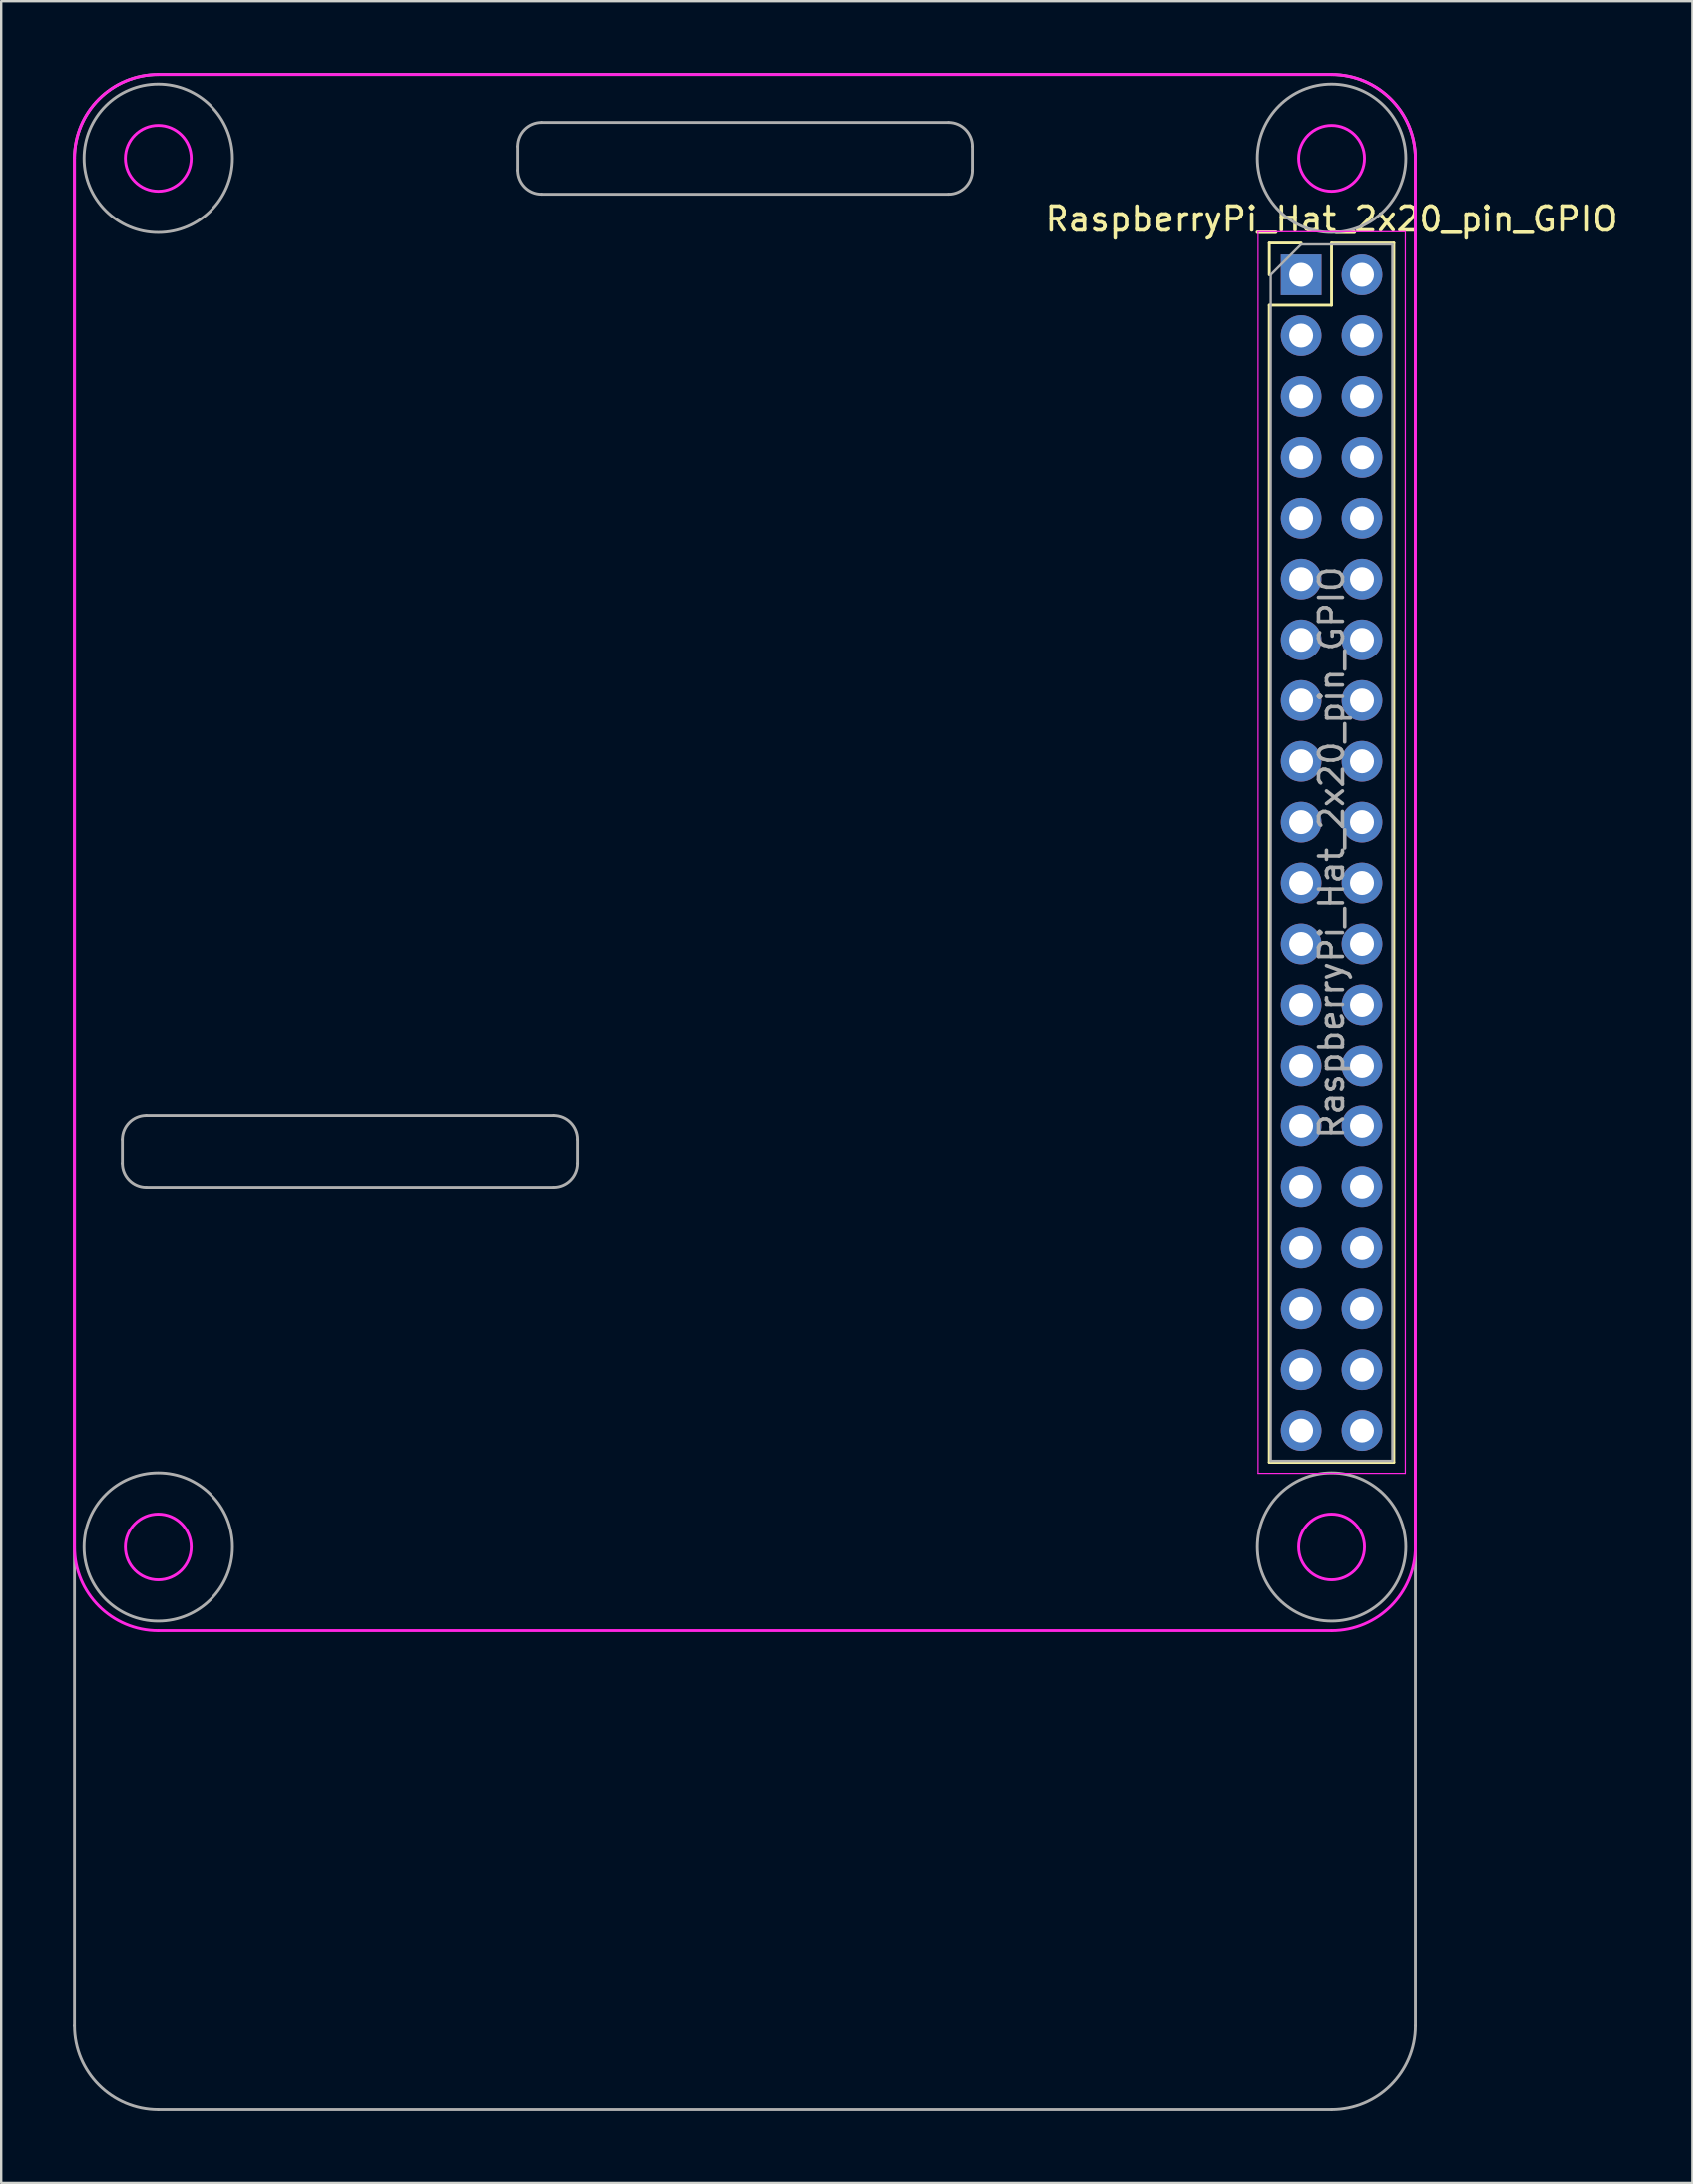
<source format=kicad_pcb>
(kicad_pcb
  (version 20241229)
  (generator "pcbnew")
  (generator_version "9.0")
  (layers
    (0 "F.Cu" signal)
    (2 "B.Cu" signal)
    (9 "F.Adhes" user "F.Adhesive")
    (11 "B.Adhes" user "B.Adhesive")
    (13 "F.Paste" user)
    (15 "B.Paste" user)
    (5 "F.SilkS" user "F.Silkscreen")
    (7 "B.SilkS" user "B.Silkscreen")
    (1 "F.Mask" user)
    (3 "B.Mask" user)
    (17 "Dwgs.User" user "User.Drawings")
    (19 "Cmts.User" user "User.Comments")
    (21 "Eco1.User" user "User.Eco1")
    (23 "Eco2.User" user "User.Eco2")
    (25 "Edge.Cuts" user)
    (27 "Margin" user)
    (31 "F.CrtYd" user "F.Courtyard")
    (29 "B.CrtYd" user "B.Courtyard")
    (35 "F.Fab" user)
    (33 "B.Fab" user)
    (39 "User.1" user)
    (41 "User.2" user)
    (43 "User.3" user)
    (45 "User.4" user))
  (footprint "RaspberryPi_Hat_2x20_pin_GPIO"
    (layer "F.Cu")
    (at 51.368 8.442)
    (property "Reference" "RaspberryPi_Hat_2x20_pin_GPIO" (at 1.192 -2.342 0) (layer "F.SilkS") (effects (font (size 1 1) (thickness 0.15))))
    (attr through_hole)
    (fp_line (start -1.408 -1.342) (end -0.078 -1.342) (stroke (width 0.12) (type solid)) (layer "F.SilkS"))
    (fp_line (start -1.408 -0.012) (end -1.408 -1.342) (stroke (width 0.12) (type solid)) (layer "F.SilkS"))
    (fp_line (start -1.408 1.258) (end -1.408 49.578) (stroke (width 0.12) (type solid)) (layer "F.SilkS"))
    (fp_line (start -1.408 1.258) (end 1.192 1.258) (stroke (width 0.12) (type solid)) (layer "F.SilkS"))
    (fp_line (start -1.408 49.578) (end 3.792 49.578) (stroke (width 0.12) (type solid)) (layer "F.SilkS"))
    (fp_line (start 1.192 -1.342) (end 3.792 -1.342) (stroke (width 0.12) (type solid)) (layer "F.SilkS"))
    (fp_line (start 1.192 1.258) (end 1.192 -1.342) (stroke (width 0.12) (type solid)) (layer "F.SilkS"))
    (fp_line (start 3.792 -1.342) (end 3.792 49.578) (stroke (width 0.12) (type solid)) (layer "F.SilkS"))
    (fp_line (start -51.308 -4.882) (end -51.308 53.118) (stroke (width 0.12) (type solid)) (layer "F.CrtYd"))
    (fp_line (start -47.808 56.618) (end 1.192 56.618) (stroke (width 0.12) (type solid)) (layer "F.CrtYd"))
    (fp_line (start -1.878 -1.812) (end -1.878 50.038) (stroke (width 0.05) (type solid)) (layer "F.CrtYd"))
    (fp_line (start -1.878 50.038) (end 4.272 50.038) (stroke (width 0.05) (type solid)) (layer "F.CrtYd"))
    (fp_line (start 1.192 -8.382) (end -47.808 -8.382) (stroke (width 0.12) (type solid)) (layer "F.CrtYd"))
    (fp_line (start 4.272 -1.812) (end -1.878 -1.812) (stroke (width 0.05) (type solid)) (layer "F.CrtYd"))
    (fp_line (start 4.272 50.038) (end 4.272 -1.812) (stroke (width 0.05) (type solid)) (layer "F.CrtYd"))
    (fp_line (start 4.692 53.118) (end 4.692 -4.882) (stroke (width 0.12) (type solid)) (layer "F.CrtYd"))
    (fp_arc (start -51.308 -4.882) (mid -50.282874 -7.356874) (end -47.808 -8.382) (stroke (width 0.12) (type solid)) (layer "F.CrtYd"))
    (fp_arc (start -47.808 56.618) (mid -50.282874 55.592874) (end -51.308 53.118) (stroke (width 0.12) (type solid)) (layer "F.CrtYd"))
    (fp_arc (start 1.192 -8.382) (mid 3.666874 -7.356874) (end 4.692 -4.882) (stroke (width 0.12) (type solid)) (layer "F.CrtYd"))
    (fp_arc (start 4.692 53.118) (mid 3.666874 55.592874) (end 1.192 56.618) (stroke (width 0.12) (type solid)) (layer "F.CrtYd"))
    (fp_circle (center -47.808 -4.882) (end -46.433 -4.907) (stroke (width 0.12) (type solid)) (fill no) (layer "F.CrtYd"))
    (fp_circle (center -47.808 53.118) (end -46.433 53.093) (stroke (width 0.12) (type solid)) (fill no) (layer "F.CrtYd"))
    (fp_circle (center 1.192 -4.882) (end 2.567 -4.907) (stroke (width 0.12) (type solid)) (fill no) (layer "F.CrtYd"))
    (fp_circle (center 1.192 53.118) (end 2.567 53.093) (stroke (width 0.12) (type solid)) (fill no) (layer "F.CrtYd"))
    (fp_line (start -51.308 73.118) (end -51.308 -4.882) (stroke (width 0.12) (type solid)) (layer "F.Fab"))
    (fp_line (start -49.308 36.118) (end -49.308 37.118) (stroke (width 0.12) (type solid)) (layer "F.Fab"))
    (fp_line (start -48.308 38.118) (end -31.308 38.118) (stroke (width 0.12) (type solid)) (layer "F.Fab"))
    (fp_line (start -32.808 -5.382) (end -32.808 -4.382) (stroke (width 0.12) (type solid)) (layer "F.Fab"))
    (fp_line (start -31.808 -3.382) (end -14.808 -3.382) (stroke (width 0.12) (type solid)) (layer "F.Fab"))
    (fp_line (start -31.308 35.118) (end -48.308 35.118) (stroke (width 0.12) (type solid)) (layer "F.Fab"))
    (fp_line (start -30.308 37.118) (end -30.308 36.118) (stroke (width 0.12) (type solid)) (layer "F.Fab"))
    (fp_line (start -14.808 -6.382) (end -31.808 -6.382) (stroke (width 0.12) (type solid)) (layer "F.Fab"))
    (fp_line (start -13.808 -4.382) (end -13.808 -5.382) (stroke (width 0.12) (type solid)) (layer "F.Fab"))
    (fp_line (start -1.348 -0.012) (end -0.078 -1.282) (stroke (width 0.1) (type solid)) (layer "F.Fab"))
    (fp_line (start -1.348 49.518) (end -1.348 -0.012) (stroke (width 0.1) (type solid)) (layer "F.Fab"))
    (fp_line (start -0.078 -1.282) (end 3.732 -1.282) (stroke (width 0.1) (type solid)) (layer "F.Fab"))
    (fp_line (start 1.192 -8.382) (end -47.808 -8.382) (stroke (width 0.12) (type solid)) (layer "F.Fab"))
    (fp_line (start 1.192 76.618) (end -47.808 76.618) (stroke (width 0.12) (type solid)) (layer "F.Fab"))
    (fp_line (start 3.732 -1.282) (end 3.732 49.518) (stroke (width 0.1) (type solid)) (layer "F.Fab"))
    (fp_line (start 3.732 49.518) (end -1.348 49.518) (stroke (width 0.1) (type solid)) (layer "F.Fab"))
    (fp_line (start 4.692 -4.882) (end 4.692 73.118) (stroke (width 0.12) (type solid)) (layer "F.Fab"))
    (fp_arc (start -51.308 -4.882) (mid -50.282874 -7.356874) (end -47.808 -8.382) (stroke (width 0.12) (type solid)) (layer "F.Fab"))
    (fp_arc (start -49.308 36.118) (mid -49.015107 35.410893) (end -48.308 35.118) (stroke (width 0.12) (type solid)) (layer "F.Fab"))
    (fp_arc (start -48.308 38.118) (mid -49.015107 37.825107) (end -49.308 37.118) (stroke (width 0.12) (type solid)) (layer "F.Fab"))
    (fp_arc (start -47.808 76.618) (mid -50.282874 75.592874) (end -51.308 73.118) (stroke (width 0.12) (type solid)) (layer "F.Fab"))
    (fp_arc (start -32.808 -5.382) (mid -32.515107 -6.089107) (end -31.808 -6.382) (stroke (width 0.12) (type solid)) (layer "F.Fab"))
    (fp_arc (start -31.808 -3.382) (mid -32.515107 -3.674893) (end -32.808 -4.382) (stroke (width 0.12) (type solid)) (layer "F.Fab"))
    (fp_arc (start -31.308 35.118) (mid -30.600893 35.410893) (end -30.308 36.118) (stroke (width 0.12) (type solid)) (layer "F.Fab"))
    (fp_arc (start -30.308 37.118) (mid -30.600893 37.825107) (end -31.308 38.118) (stroke (width 0.12) (type solid)) (layer "F.Fab"))
    (fp_arc (start -14.808 -6.382) (mid -14.100893 -6.089107) (end -13.808 -5.382) (stroke (width 0.12) (type solid)) (layer "F.Fab"))
    (fp_arc (start -13.808 -4.382) (mid -14.100893 -3.674893) (end -14.808 -3.382) (stroke (width 0.12) (type solid)) (layer "F.Fab"))
    (fp_arc (start 1.192 -8.382) (mid 3.666874 -7.356874) (end 4.692 -4.882) (stroke (width 0.12) (type solid)) (layer "F.Fab"))
    (fp_arc (start 4.692 73.118) (mid 3.666874 75.592874) (end 1.192 76.618) (stroke (width 0.12) (type solid)) (layer "F.Fab"))
    (fp_circle (center -47.808 -4.882) (end -44.708 -4.882) (stroke (width 0.12) (type solid)) (fill no) (layer "F.Fab"))
    (fp_circle (center -47.808 53.118) (end -44.708 53.118) (stroke (width 0.12) (type solid)) (fill no) (layer "F.Fab"))
    (fp_circle (center 1.192 -4.882) (end 4.292 -4.882) (stroke (width 0.12) (type solid)) (fill no) (layer "F.Fab"))
    (fp_circle (center 1.192 53.118) (end 4.292 53.118) (stroke (width 0.12) (type solid)) (fill no) (layer "F.Fab"))
    (fp_text user "${REFERENCE}" (at 1.192 24.118 90) (layer "F.Fab") (effects (font (size 1 1) (thickness 0.15))))
    (pad "1" thru_hole rect (at -0.078 -0.012) (size 1.7 1.7) (drill 1) (layers "*.Cu" "*.Mask"))
    (pad "2" thru_hole oval (at 2.462 -0.012) (size 1.7 1.7) (drill 1) (layers "*.Cu" "*.Mask"))
    (pad "3" thru_hole oval (at -0.078 2.528) (size 1.7 1.7) (drill 1) (layers "*.Cu" "*.Mask"))
    (pad "4" thru_hole oval (at 2.462 2.528) (size 1.7 1.7) (drill 1) (layers "*.Cu" "*.Mask"))
    (pad "5" thru_hole oval (at -0.078 5.068) (size 1.7 1.7) (drill 1) (layers "*.Cu" "*.Mask"))
    (pad "6" thru_hole oval (at 2.462 5.068) (size 1.7 1.7) (drill 1) (layers "*.Cu" "*.Mask"))
    (pad "7" thru_hole oval (at -0.078 7.608) (size 1.7 1.7) (drill 1) (layers "*.Cu" "*.Mask"))
    (pad "8" thru_hole oval (at 2.462 7.608) (size 1.7 1.7) (drill 1) (layers "*.Cu" "*.Mask"))
    (pad "9" thru_hole oval (at -0.078 10.148) (size 1.7 1.7) (drill 1) (layers "*.Cu" "*.Mask"))
    (pad "10" thru_hole oval (at 2.462 10.148) (size 1.7 1.7) (drill 1) (layers "*.Cu" "*.Mask"))
    (pad "11" thru_hole oval (at -0.078 12.688) (size 1.7 1.7) (drill 1) (layers "*.Cu" "*.Mask"))
    (pad "12" thru_hole oval (at 2.462 12.688) (size 1.7 1.7) (drill 1) (layers "*.Cu" "*.Mask"))
    (pad "13" thru_hole oval (at -0.078 15.228) (size 1.7 1.7) (drill 1) (layers "*.Cu" "*.Mask"))
    (pad "14" thru_hole oval (at 2.462 15.228) (size 1.7 1.7) (drill 1) (layers "*.Cu" "*.Mask"))
    (pad "15" thru_hole oval (at -0.078 17.768) (size 1.7 1.7) (drill 1) (layers "*.Cu" "*.Mask"))
    (pad "16" thru_hole oval (at 2.462 17.768) (size 1.7 1.7) (drill 1) (layers "*.Cu" "*.Mask"))
    (pad "17" thru_hole oval (at -0.078 20.308) (size 1.7 1.7) (drill 1) (layers "*.Cu" "*.Mask"))
    (pad "18" thru_hole oval (at 2.462 20.308) (size 1.7 1.7) (drill 1) (layers "*.Cu" "*.Mask"))
    (pad "19" thru_hole oval (at -0.078 22.848) (size 1.7 1.7) (drill 1) (layers "*.Cu" "*.Mask"))
    (pad "20" thru_hole oval (at 2.462 22.848) (size 1.7 1.7) (drill 1) (layers "*.Cu" "*.Mask"))
    (pad "21" thru_hole oval (at -0.078 25.388) (size 1.7 1.7) (drill 1) (layers "*.Cu" "*.Mask"))
    (pad "22" thru_hole oval (at 2.462 25.388) (size 1.7 1.7) (drill 1) (layers "*.Cu" "*.Mask"))
    (pad "23" thru_hole oval (at -0.078 27.928) (size 1.7 1.7) (drill 1) (layers "*.Cu" "*.Mask"))
    (pad "24" thru_hole oval (at 2.462 27.928) (size 1.7 1.7) (drill 1) (layers "*.Cu" "*.Mask"))
    (pad "25" thru_hole oval (at -0.078 30.468) (size 1.7 1.7) (drill 1) (layers "*.Cu" "*.Mask"))
    (pad "26" thru_hole oval (at 2.462 30.468) (size 1.7 1.7) (drill 1) (layers "*.Cu" "*.Mask"))
    (pad "27" thru_hole oval (at -0.078 33.008) (size 1.7 1.7) (drill 1) (layers "*.Cu" "*.Mask"))
    (pad "28" thru_hole oval (at 2.462 33.008) (size 1.7 1.7) (drill 1) (layers "*.Cu" "*.Mask"))
    (pad "29" thru_hole oval (at -0.078 35.548) (size 1.7 1.7) (drill 1) (layers "*.Cu" "*.Mask"))
    (pad "30" thru_hole oval (at 2.462 35.548) (size 1.7 1.7) (drill 1) (layers "*.Cu" "*.Mask"))
    (pad "31" thru_hole oval (at -0.078 38.088) (size 1.7 1.7) (drill 1) (layers "*.Cu" "*.Mask"))
    (pad "32" thru_hole oval (at 2.462 38.088) (size 1.7 1.7) (drill 1) (layers "*.Cu" "*.Mask"))
    (pad "33" thru_hole oval (at -0.078 40.628) (size 1.7 1.7) (drill 1) (layers "*.Cu" "*.Mask"))
    (pad "34" thru_hole oval (at 2.462 40.628) (size 1.7 1.7) (drill 1) (layers "*.Cu" "*.Mask"))
    (pad "35" thru_hole oval (at -0.078 43.168) (size 1.7 1.7) (drill 1) (layers "*.Cu" "*.Mask"))
    (pad "36" thru_hole oval (at 2.462 43.168) (size 1.7 1.7) (drill 1) (layers "*.Cu" "*.Mask"))
    (pad "37" thru_hole oval (at -0.078 45.708) (size 1.7 1.7) (drill 1) (layers "*.Cu" "*.Mask"))
    (pad "38" thru_hole oval (at 2.462 45.708) (size 1.7 1.7) (drill 1) (layers "*.Cu" "*.Mask"))
    (pad "39" thru_hole oval (at -0.078 48.248) (size 1.7 1.7) (drill 1) (layers "*.Cu" "*.Mask"))
    (pad "40" thru_hole oval (at 2.462 48.248) (size 1.7 1.7) (drill 1) (layers "*.Cu" "*.Mask")))
  (gr_rect
    (start -3 -3)
    (end 67.637 88.12)
    (stroke (width 0.1) (type default))
    (fill no)
    (layer "Edge.Cuts")))
</source>
